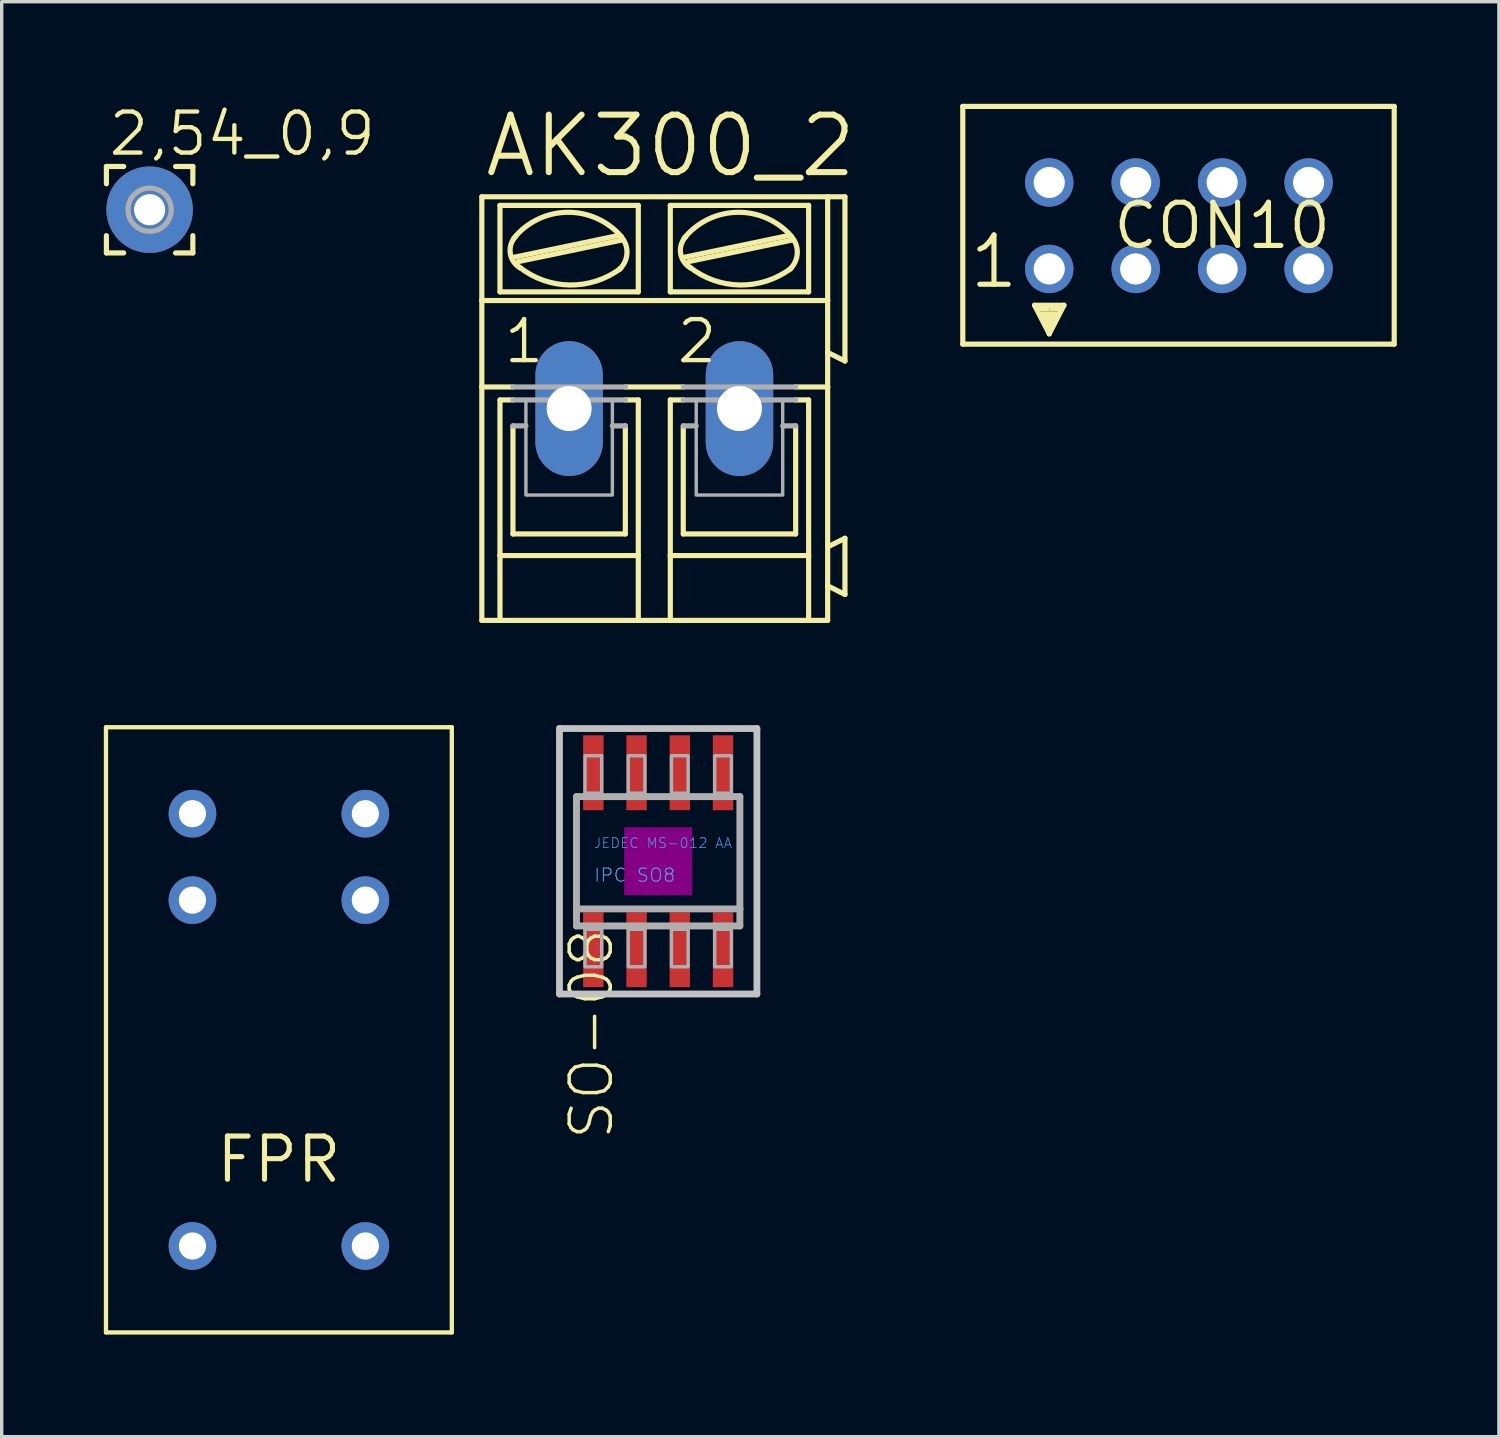
<source format=kicad_pcb>
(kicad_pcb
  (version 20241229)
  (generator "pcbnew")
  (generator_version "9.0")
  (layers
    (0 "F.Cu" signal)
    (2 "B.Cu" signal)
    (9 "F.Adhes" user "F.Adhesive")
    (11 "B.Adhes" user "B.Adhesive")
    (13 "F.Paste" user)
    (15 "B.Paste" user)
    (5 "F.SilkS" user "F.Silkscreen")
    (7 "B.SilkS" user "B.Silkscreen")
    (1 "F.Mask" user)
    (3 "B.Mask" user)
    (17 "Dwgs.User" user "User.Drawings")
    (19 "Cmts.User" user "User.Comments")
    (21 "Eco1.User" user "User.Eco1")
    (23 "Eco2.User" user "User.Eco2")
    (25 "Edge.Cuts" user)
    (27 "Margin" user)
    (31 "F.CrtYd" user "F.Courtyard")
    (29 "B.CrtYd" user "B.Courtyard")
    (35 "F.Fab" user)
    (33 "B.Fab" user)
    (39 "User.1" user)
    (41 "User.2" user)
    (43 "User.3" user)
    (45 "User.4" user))
  (footprint "CON10"
    (layer "F.Cu")
    (at 32.856 3.581)
    (property "Reference" "CON10" (at 0 0 0) (layer "F.SilkS") (effects (font (size 1.27 1.27) (thickness 0.15))))
    (attr through_hole)
    (fp_line (start -7.62 -3.505) (end -7.62 3.48) (stroke (width 0.152) (type solid)) (layer "F.SilkS"))
    (fp_line (start -7.62 3.48) (end 5.055 3.48) (stroke (width 0.152) (type solid)) (layer "F.SilkS"))
    (fp_line (start -5.512 2.337) (end -4.648 2.337) (stroke (width 0.152) (type solid)) (layer "F.SilkS"))
    (fp_line (start -5.08 3.175) (end -5.512 2.337) (stroke (width 0.152) (type solid)) (layer "F.SilkS"))
    (fp_line (start -5.08 3.175) (end -5.08 2.921) (stroke (width 0.152) (type solid)) (layer "F.SilkS"))
    (fp_line (start -4.648 2.337) (end -5.08 3.175) (stroke (width 0.152) (type solid)) (layer "F.SilkS"))
    (fp_line (start 5.055 -3.505) (end -7.62 -3.505) (stroke (width 0.152) (type solid)) (layer "F.SilkS"))
    (fp_line (start 5.055 3.48) (end 5.055 -3.505) (stroke (width 0.152) (type solid)) (layer "F.SilkS"))
    (fp_poly (pts (xy -5.461 2.515) (xy -5.08 2.515) (xy -5.08 2.388) (xy -5.461 2.388)) (stroke (width 0) (type solid)) (fill yes) (layer "F.SilkS"))
    (fp_poly (pts (xy -5.334 2.769) (xy -4.826 2.769) (xy -4.826 2.515) (xy -5.334 2.515)) (stroke (width 0) (type solid)) (fill yes) (layer "F.SilkS"))
    (fp_poly (pts (xy -5.207 2.972) (xy -4.953 2.972) (xy -4.953 2.718) (xy -5.207 2.718)) (stroke (width 0) (type solid)) (fill yes) (layer "F.SilkS"))
    (fp_poly (pts (xy -5.08 2.515) (xy -4.699 2.515) (xy -4.699 2.388) (xy -5.08 2.388)) (stroke (width 0) (type solid)) (fill yes) (layer "F.SilkS"))
    (fp_text user "1" (at -7.493 1.905 0) (layer "F.SilkS") (effects (font (size 1.448 1.448) (thickness 0.152)) (justify left bottom)))
    (pad "1" thru_hole circle (at -5.08 1.27) (size 1.422 1.422) (drill 0.914) (layers "*.Cu" "*.Mask"))
    (pad "2" thru_hole circle (at -5.08 -1.27) (size 1.422 1.422) (drill 0.914) (layers "*.Cu" "*.Mask"))
    (pad "3" thru_hole circle (at -2.54 1.27) (size 1.422 1.422) (drill 0.914) (layers "*.Cu" "*.Mask"))
    (pad "4" thru_hole circle (at -2.54 -1.27) (size 1.422 1.422) (drill 0.914) (layers "*.Cu" "*.Mask"))
    (pad "5" thru_hole circle (at 0 1.27) (size 1.422 1.422) (drill 0.914) (layers "*.Cu" "*.Mask"))
    (pad "6" thru_hole circle (at 0 -1.27) (size 1.422 1.422) (drill 0.914) (layers "*.Cu" "*.Mask"))
    (pad "7" thru_hole circle (at 2.54 1.27) (size 1.422 1.422) (drill 0.914) (layers "*.Cu" "*.Mask"))
    (pad "8" thru_hole circle (at 2.54 -1.27) (size 1.422 1.422) (drill 0.914) (layers "*.Cu" "*.Mask")))
  (footprint "SO-08"
    (layer "F.Cu")
    (at 16.287 22.253)
    (property "Reference" "SO-08" (at -2.667 1.905 90) (layer "F.SilkS") (effects (font (size 1.206 1.206) (thickness 0.102)) (justify right top)))
    (attr through_hole)
    (fp_poly (pts (xy -1 1) (xy 1 1) (xy 1 -1) (xy -1 -1)) (stroke (width 0) (type solid)) (fill yes) (layer "F.Adhes"))
    (fp_line (start -2.9 -3.9) (end 2.9 -3.9) (stroke (width 0.2) (type solid)) (layer "Dwgs.User"))
    (fp_line (start -2.9 3.9) (end -2.9 -3.9) (stroke (width 0.2) (type solid)) (layer "Dwgs.User"))
    (fp_line (start 2.9 -3.9) (end 2.9 3.9) (stroke (width 0.2) (type solid)) (layer "Dwgs.User"))
    (fp_line (start 2.9 3.9) (end -2.9 3.9) (stroke (width 0.2) (type solid)) (layer "Dwgs.User"))
    (fp_line (start -2.4 -1.9) (end 2.4 -1.9) (stroke (width 0.203) (type solid)) (layer "F.Fab"))
    (fp_line (start -2.4 1.4) (end -2.4 -1.9) (stroke (width 0.203) (type solid)) (layer "F.Fab"))
    (fp_line (start -2.4 1.9) (end -2.4 1.4) (stroke (width 0.203) (type solid)) (layer "F.Fab"))
    (fp_line (start 2.4 -1.9) (end 2.4 1.4) (stroke (width 0.203) (type solid)) (layer "F.Fab"))
    (fp_line (start 2.4 1.4) (end -2.4 1.4) (stroke (width 0.203) (type solid)) (layer "F.Fab"))
    (fp_line (start 2.4 1.4) (end 2.4 1.9) (stroke (width 0.203) (type solid)) (layer "F.Fab"))
    (fp_line (start 2.4 1.9) (end -2.4 1.9) (stroke (width 0.203) (type solid)) (layer "F.Fab"))
    (fp_poly (pts (xy -2.15 -2) (xy -1.66 -2) (xy -1.66 -3.1) (xy -2.15 -3.1)) (stroke (width 0.1) (type solid)) (fill no) (layer "F.Fab"))
    (fp_poly (pts (xy -2.15 3.1) (xy -1.66 3.1) (xy -1.66 2) (xy -2.15 2)) (stroke (width 0.1) (type solid)) (fill no) (layer "F.Fab"))
    (fp_poly (pts (xy -0.88 -2) (xy -0.39 -2) (xy -0.39 -3.1) (xy -0.88 -3.1)) (stroke (width 0.1) (type solid)) (fill no) (layer "F.Fab"))
    (fp_poly (pts (xy -0.88 3.1) (xy -0.39 3.1) (xy -0.39 2) (xy -0.88 2)) (stroke (width 0.1) (type solid)) (fill no) (layer "F.Fab"))
    (fp_poly (pts (xy 0.39 -2) (xy 0.88 -2) (xy 0.88 -3.1) (xy 0.39 -3.1)) (stroke (width 0.1) (type solid)) (fill no) (layer "F.Fab"))
    (fp_poly (pts (xy 0.39 3.1) (xy 0.88 3.1) (xy 0.88 2) (xy 0.39 2)) (stroke (width 0.1) (type solid)) (fill no) (layer "F.Fab"))
    (fp_poly (pts (xy 1.66 -2) (xy 2.15 -2) (xy 2.15 -3.1) (xy 1.66 -3.1)) (stroke (width 0.1) (type solid)) (fill no) (layer "F.Fab"))
    (fp_poly (pts (xy 1.66 3.1) (xy 2.15 3.1) (xy 2.15 2) (xy 1.66 2)) (stroke (width 0.1) (type solid)) (fill no) (layer "F.Fab"))
    (fp_text user "IPC SO8" (at -1.905 0.635 0) (layer "Cmts.User") (effects (font (size 0.386 0.386) (thickness 0.033)) (justify left bottom)))
    (fp_text user "JEDEC MS-012 AA" (at -1.905 -0.365 0) (layer "Cmts.User") (effects (font (size 0.29 0.29) (thickness 0.024)) (justify left bottom)))
    (pad "1" smd rect (at -1.905 2.6) (size 0.6 2.2) (layers "F.Cu" "F.Mask" "F.Paste"))
    (pad "2" smd rect (at -0.635 2.6) (size 0.6 2.2) (layers "F.Cu" "F.Mask" "F.Paste"))
    (pad "3" smd rect (at 0.635 2.6) (size 0.6 2.2) (layers "F.Cu" "F.Mask" "F.Paste"))
    (pad "4" smd rect (at 1.905 2.6) (size 0.6 2.2) (layers "F.Cu" "F.Mask" "F.Paste"))
    (pad "5" smd rect (at 1.905 -2.6) (size 0.6 2.2) (layers "F.Cu" "F.Mask" "F.Paste"))
    (pad "6" smd rect (at 0.635 -2.6) (size 0.6 2.2) (layers "F.Cu" "F.Mask" "F.Paste"))
    (pad "7" smd rect (at -0.635 -2.6) (size 0.6 2.2) (layers "F.Cu" "F.Mask" "F.Paste"))
    (pad "8" smd rect (at -1.905 -2.6) (size 0.6 2.2) (layers "F.Cu" "F.Mask" "F.Paste")))
  (footprint "FPR"
    (layer "F.Cu")
    (at 5.144 31.016)
    (property "Reference" "FPR" (at 0 0 0) (layer "F.SilkS") (effects (font (size 1.27 1.27) (thickness 0.15))))
    (attr through_hole)
    (fp_line (start -5.08 -12.7) (end -5.08 5.08) (stroke (width 0.127) (type solid)) (layer "F.SilkS"))
    (fp_line (start -5.08 5.08) (end 5.08 5.08) (stroke (width 0.127) (type solid)) (layer "F.SilkS"))
    (fp_line (start 5.08 -12.7) (end -5.08 -12.7) (stroke (width 0.127) (type solid)) (layer "F.SilkS"))
    (fp_line (start 5.08 5.08) (end 5.08 -12.7) (stroke (width 0.127) (type solid)) (layer "F.SilkS"))
    (pad "P$1" thru_hole circle (at -2.54 2.54) (size 1.4 1.4) (drill 0.8) (layers "*.Cu" "*.Mask"))
    (pad "P$2" thru_hole circle (at 2.54 2.54) (size 1.4 1.4) (drill 0.8) (layers "*.Cu" "*.Mask"))
    (pad "P$3" thru_hole circle (at -2.54 -7.62) (size 1.4 1.4) (drill 0.8) (layers "*.Cu" "*.Mask"))
    (pad "P$4" thru_hole circle (at 2.54 -7.62) (size 1.4 1.4) (drill 0.8) (layers "*.Cu" "*.Mask"))
    (pad "P$5" thru_hole circle (at -2.54 -10.16) (size 1.4 1.4) (drill 0.8) (layers "*.Cu" "*.Mask"))
    (pad "P$6" thru_hole circle (at 2.54 -10.16) (size 1.4 1.4) (drill 0.8) (layers "*.Cu" "*.Mask")))
  (footprint "2,54_0,9"
    (layer "F.Cu")
    (at 1.346 3.111)
    (property "Reference" "2,54_0,9" (at -1.27 -1.524 0) (layer "F.SilkS") (effects (font (size 1.206 1.206) (thickness 0.127)) (justify left bottom)))
    (attr through_hole)
    (fp_line (start -1.27 -1.27) (end -1.27 -0.762) (stroke (width 0.152) (type solid)) (layer "F.SilkS"))
    (fp_line (start -1.27 -1.27) (end -0.762 -1.27) (stroke (width 0.152) (type solid)) (layer "F.SilkS"))
    (fp_line (start -1.27 1.27) (end -1.27 0.762) (stroke (width 0.152) (type solid)) (layer "F.SilkS"))
    (fp_line (start -0.762 1.27) (end -1.27 1.27) (stroke (width 0.152) (type solid)) (layer "F.SilkS"))
    (fp_line (start 1.27 -1.27) (end 0.762 -1.27) (stroke (width 0.152) (type solid)) (layer "F.SilkS"))
    (fp_line (start 1.27 -1.27) (end 1.27 -0.762) (stroke (width 0.152) (type solid)) (layer "F.SilkS"))
    (fp_line (start 1.27 0.762) (end 1.27 1.27) (stroke (width 0.152) (type solid)) (layer "F.SilkS"))
    (fp_line (start 1.27 1.27) (end 0.762 1.27) (stroke (width 0.152) (type solid)) (layer "F.SilkS"))
    (fp_circle (center 0 0) (end 0.635 0) (stroke (width 0.152) (type solid)) (fill no) (layer "F.Fab"))
    (pad "1" thru_hole circle (at 0 0) (size 2.54 2.54) (drill 0.914) (layers "*.Cu" "*.Mask")))
  (footprint "AK300_2"
    (layer "F.Cu")
    (at 16.186 8.954)
    (property "Reference" "AK300_2" (at -5.08 -6.731 0) (layer "F.SilkS") (effects (font (size 1.689 1.689) (thickness 0.178)) (justify left bottom)))
    (attr through_hole)
    (fp_line (start -5.08 -3.175) (end -5.08 -6.223) (stroke (width 0.152) (type solid)) (layer "F.SilkS"))
    (fp_line (start -5.08 -3.175) (end 5.08 -3.175) (stroke (width 0.152) (type solid)) (layer "F.SilkS"))
    (fp_line (start -5.08 -0.635) (end -5.08 -3.175) (stroke (width 0.152) (type solid)) (layer "F.SilkS"))
    (fp_line (start -5.08 -0.635) (end -4.166 -0.635) (stroke (width 0.152) (type solid)) (layer "F.SilkS"))
    (fp_line (start -5.08 6.223) (end -5.08 -0.635) (stroke (width 0.152) (type solid)) (layer "F.SilkS"))
    (fp_line (start -5.08 6.223) (end -4.547 6.223) (stroke (width 0.152) (type solid)) (layer "F.SilkS"))
    (fp_line (start -4.547 -3.429) (end -4.547 -5.969) (stroke (width 0.152) (type solid)) (layer "F.SilkS"))
    (fp_line (start -4.547 -0.254) (end -4.547 4.318) (stroke (width 0.152) (type solid)) (layer "F.SilkS"))
    (fp_line (start -4.547 -0.254) (end -4.166 -0.254) (stroke (width 0.152) (type solid)) (layer "F.SilkS"))
    (fp_line (start -4.547 4.318) (end -4.547 6.223) (stroke (width 0.152) (type solid)) (layer "F.SilkS"))
    (fp_line (start -4.547 6.223) (end -0.483 6.223) (stroke (width 0.152) (type solid)) (layer "F.SilkS"))
    (fp_line (start -4.166 3.683) (end -4.166 0.508) (stroke (width 0.152) (type solid)) (layer "F.SilkS"))
    (fp_line (start -4.14 -4.445) (end -1.092 -5.08) (stroke (width 0.152) (type solid)) (layer "F.SilkS"))
    (fp_line (start -4.013 -4.318) (end -0.965 -4.953) (stroke (width 0.152) (type solid)) (layer "F.SilkS"))
    (fp_line (start -0.864 -0.635) (end 0.838 -0.635) (stroke (width 0.152) (type solid)) (layer "F.SilkS"))
    (fp_line (start -0.864 3.683) (end -4.166 3.683) (stroke (width 0.152) (type solid)) (layer "F.SilkS"))
    (fp_line (start -0.864 3.683) (end -0.864 0.508) (stroke (width 0.152) (type solid)) (layer "F.SilkS"))
    (fp_line (start -0.483 -5.969) (end -4.547 -5.969) (stroke (width 0.152) (type solid)) (layer "F.SilkS"))
    (fp_line (start -0.483 -3.429) (end -4.547 -3.429) (stroke (width 0.152) (type solid)) (layer "F.SilkS"))
    (fp_line (start -0.483 -3.429) (end -0.483 -5.969) (stroke (width 0.152) (type solid)) (layer "F.SilkS"))
    (fp_line (start -0.483 -0.254) (end -0.864 -0.254) (stroke (width 0.152) (type solid)) (layer "F.SilkS"))
    (fp_line (start -0.483 4.318) (end -4.547 4.318) (stroke (width 0.152) (type solid)) (layer "F.SilkS"))
    (fp_line (start -0.483 4.318) (end -0.483 -0.254) (stroke (width 0.152) (type solid)) (layer "F.SilkS"))
    (fp_line (start -0.483 6.223) (end -0.483 4.318) (stroke (width 0.152) (type solid)) (layer "F.SilkS"))
    (fp_line (start -0.483 6.223) (end 0.457 6.223) (stroke (width 0.152) (type solid)) (layer "F.SilkS"))
    (fp_line (start 0.457 -5.969) (end 4.521 -5.969) (stroke (width 0.152) (type solid)) (layer "F.SilkS"))
    (fp_line (start 0.457 -3.429) (end 0.457 -5.969) (stroke (width 0.152) (type solid)) (layer "F.SilkS"))
    (fp_line (start 0.457 -0.254) (end 0.838 -0.254) (stroke (width 0.152) (type solid)) (layer "F.SilkS"))
    (fp_line (start 0.457 4.318) (end 0.457 -0.254) (stroke (width 0.152) (type solid)) (layer "F.SilkS"))
    (fp_line (start 0.457 4.318) (end 4.521 4.318) (stroke (width 0.152) (type solid)) (layer "F.SilkS"))
    (fp_line (start 0.457 6.223) (end 0.457 4.318) (stroke (width 0.152) (type solid)) (layer "F.SilkS"))
    (fp_line (start 0.457 6.223) (end 4.521 6.223) (stroke (width 0.152) (type solid)) (layer "F.SilkS"))
    (fp_line (start 0.838 3.683) (end 0.838 0.508) (stroke (width 0.152) (type solid)) (layer "F.SilkS"))
    (fp_line (start 0.864 -4.445) (end 3.912 -5.08) (stroke (width 0.152) (type solid)) (layer "F.SilkS"))
    (fp_line (start 0.991 -4.318) (end 4.039 -4.953) (stroke (width 0.152) (type solid)) (layer "F.SilkS"))
    (fp_line (start 4.14 3.683) (end 0.838 3.683) (stroke (width 0.152) (type solid)) (layer "F.SilkS"))
    (fp_line (start 4.14 3.683) (end 4.14 0.508) (stroke (width 0.152) (type solid)) (layer "F.SilkS"))
    (fp_line (start 4.521 -5.969) (end 4.521 -3.429) (stroke (width 0.152) (type solid)) (layer "F.SilkS"))
    (fp_line (start 4.521 -3.429) (end 0.457 -3.429) (stroke (width 0.152) (type solid)) (layer "F.SilkS"))
    (fp_line (start 4.521 -0.254) (end 4.14 -0.254) (stroke (width 0.152) (type solid)) (layer "F.SilkS"))
    (fp_line (start 4.521 -0.254) (end 4.521 4.318) (stroke (width 0.152) (type solid)) (layer "F.SilkS"))
    (fp_line (start 4.521 4.318) (end 4.521 6.223) (stroke (width 0.152) (type solid)) (layer "F.SilkS"))
    (fp_line (start 4.521 6.223) (end 5.08 6.223) (stroke (width 0.152) (type solid)) (layer "F.SilkS"))
    (fp_line (start 5.08 -6.223) (end -5.08 -6.223) (stroke (width 0.152) (type solid)) (layer "F.SilkS"))
    (fp_line (start 5.08 -6.223) (end 5.08 -3.175) (stroke (width 0.152) (type solid)) (layer "F.SilkS"))
    (fp_line (start 5.08 -6.223) (end 5.588 -6.223) (stroke (width 0.152) (type solid)) (layer "F.SilkS"))
    (fp_line (start 5.08 -3.175) (end 5.08 -1.651) (stroke (width 0.152) (type solid)) (layer "F.SilkS"))
    (fp_line (start 5.08 -1.651) (end 5.08 -0.635) (stroke (width 0.152) (type solid)) (layer "F.SilkS"))
    (fp_line (start 5.08 -0.635) (end 4.14 -0.635) (stroke (width 0.152) (type solid)) (layer "F.SilkS"))
    (fp_line (start 5.08 -0.635) (end 5.08 4.064) (stroke (width 0.152) (type solid)) (layer "F.SilkS"))
    (fp_line (start 5.08 4.064) (end 5.08 5.207) (stroke (width 0.152) (type solid)) (layer "F.SilkS"))
    (fp_line (start 5.08 5.207) (end 5.08 6.223) (stroke (width 0.152) (type solid)) (layer "F.SilkS"))
    (fp_line (start 5.588 -6.223) (end 5.588 -1.397) (stroke (width 0.152) (type solid)) (layer "F.SilkS"))
    (fp_line (start 5.588 -1.397) (end 5.08 -1.651) (stroke (width 0.152) (type solid)) (layer "F.SilkS"))
    (fp_line (start 5.588 3.81) (end 5.08 4.064) (stroke (width 0.152) (type solid)) (layer "F.SilkS"))
    (fp_line (start 5.588 3.81) (end 5.588 5.461) (stroke (width 0.152) (type solid)) (layer "F.SilkS"))
    (fp_line (start 5.588 5.461) (end 5.08 5.207) (stroke (width 0.152) (type solid)) (layer "F.SilkS"))
    (fp_arc (start -4.1402 -5.0038) (mid -2.575826 -5.76695) (end -0.985799 -5.058801) (stroke (width 0.1524) (type solid)) (layer "F.SilkS"))
    (fp_arc (start -3.945701 -4.129699) (mid -4.243625 -4.557025) (end -4.0894 -5.0546) (stroke (width 0.1524) (type solid)) (layer "F.SilkS"))
    (fp_arc (start -1.000001 -4.118799) (mid -2.501904 -3.631242) (end -3.9878 -4.1656) (stroke (width 0.1524) (type solid)) (layer "F.SilkS"))
    (fp_arc (start -0.990699 -5.054499) (mid -0.816339 -4.558083) (end -1.0464 -4.0849) (stroke (width 0.1524) (type solid)) (layer "F.SilkS"))
    (fp_arc (start 0.8636 -5.0038) (mid 2.42792 -5.766807) (end 4.0178 -5.058598) (stroke (width 0.1524) (type solid)) (layer "F.SilkS"))
    (fp_arc (start 1.058098 -4.1297) (mid 0.760175 -4.557026) (end 0.9144 -5.0546) (stroke (width 0.1524) (type solid)) (layer "F.SilkS"))
    (fp_arc (start 4.0038 -4.118901) (mid 2.501914 -3.631283) (end 1.016 -4.1656) (stroke (width 0.1524) (type solid)) (layer "F.SilkS"))
    (fp_arc (start 4.0131 -5.0545) (mid 4.18746 -4.558084) (end 3.9574 -4.0849) (stroke (width 0.1524) (type solid)) (layer "F.SilkS"))
    (fp_line (start -4.166 -0.635) (end -0.864 -0.635) (stroke (width 0.152) (type solid)) (layer "F.Fab"))
    (fp_line (start -4.166 0.508) (end -3.785 0.508) (stroke (width 0.152) (type solid)) (layer "F.Fab"))
    (fp_line (start -0.864 -0.254) (end -4.166 -0.254) (stroke (width 0.152) (type solid)) (layer "F.Fab"))
    (fp_line (start -0.864 0.508) (end -1.245 0.508) (stroke (width 0.152) (type solid)) (layer "F.Fab"))
    (fp_line (start 0.838 -0.254) (end 4.14 -0.254) (stroke (width 0.152) (type solid)) (layer "F.Fab"))
    (fp_line (start 0.838 0.508) (end 1.219 0.508) (stroke (width 0.152) (type solid)) (layer "F.Fab"))
    (fp_line (start 4.14 -0.635) (end 0.838 -0.635) (stroke (width 0.152) (type solid)) (layer "F.Fab"))
    (fp_line (start 4.14 0.508) (end 3.759 0.508) (stroke (width 0.152) (type solid)) (layer "F.Fab"))
    (fp_poly (pts (xy -3.785 2.54) (xy -1.245 2.54) (xy -1.245 -0.254) (xy -3.785 -0.254)) (stroke (width 0.1) (type solid)) (fill no) (layer "F.Fab"))
    (fp_poly (pts (xy 1.219 2.54) (xy 3.759 2.54) (xy 3.759 -0.254) (xy 1.219 -0.254)) (stroke (width 0.1) (type solid)) (fill no) (layer "F.Fab"))
    (fp_text user "1" (at -4.496 -1.27 0) (layer "F.SilkS") (effects (font (size 1.206 1.206) (thickness 0.127)) (justify left bottom)))
    (fp_text user "2" (at 0.584 -1.27 0) (layer "F.SilkS") (effects (font (size 1.206 1.206) (thickness 0.127)) (justify left bottom)))
    (pad "1" thru_hole oval (at -2.515 0 90) (size 3.962 1.981) (drill 1.321) (layers "*.Cu" "*.Mask"))
    (pad "2" thru_hole oval (at 2.489 0 90) (size 3.962 1.981) (drill 1.321) (layers "*.Cu" "*.Mask")))
  (gr_rect
    (start -3 -3)
    (end 40.987 39.16)
    (stroke (width 0.1) (type default))
    (fill no)
    (layer "Edge.Cuts")))
</source>
